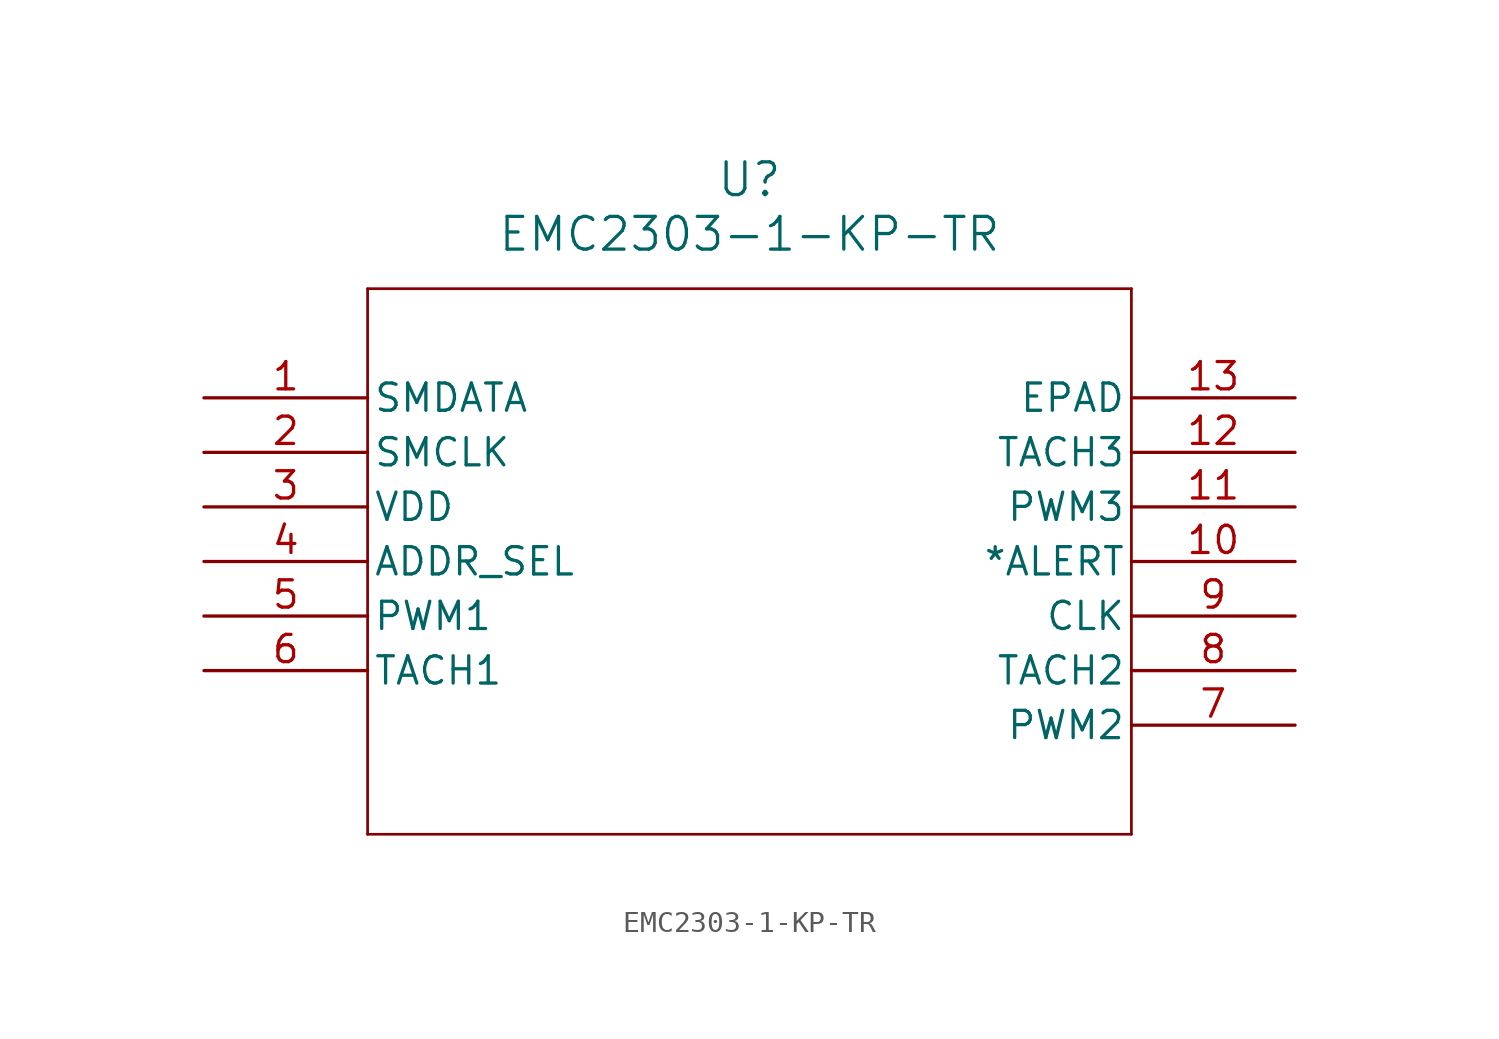
<source format=kicad_sym>
(kicad_symbol_lib
  (version 20211014)
  (generator kicad_symbol_editor)
  (symbol "EMC2303-1-KP-TR"
    (pin_names
      (offset 0.254))
    (property "Reference" "U"
      (at 25.4 10.16 0)
      (effects (font (size 1.524 1.524))))
    (property "Value" "EMC2303-1-KP-TR"
      (at 25.4 7.62 0)
      (effects (font (size 1.524 1.524))))
    (symbol "EMC2303-1-KP-TR_0_1"
      (polyline (pts (xy 7.62 5.08) (xy 7.62 -20.32)) (stroke (width 0.127) (type default) (color 0 0 0 0)) (fill (type none)))
      (polyline (pts (xy 7.62 -20.32) (xy 43.18 -20.32)) (stroke (width 0.127) (type default) (color 0 0 0 0)) (fill (type none)))
      (polyline (pts (xy 43.18 -20.32) (xy 43.18 5.08)) (stroke (width 0.127) (type default) (color 0 0 0 0)) (fill (type none)))
      (polyline (pts (xy 43.18 5.08) (xy 7.62 5.08)) (stroke (width 0.127) (type default) (color 0 0 0 0)) (fill (type none)))
      (pin bidirectional line (at 0 0 0) (length 7.62) (name "SMDATA" (effects (font (size 1.27 1.27)))) (number "1" (effects (font (size 1.27 1.27)))))
      (pin input line (at 0 -2.54 0) (length 7.62) (name "SMCLK" (effects (font (size 1.27 1.27)))) (number "2" (effects (font (size 1.27 1.27)))))
      (pin power_in line (at 0 -5.08 0) (length 7.62) (name "VDD" (effects (font (size 1.27 1.27)))) (number "3" (effects (font (size 1.27 1.27)))))
      (pin bidirectional line (at 0 -7.62 0) (length 7.62) (name "ADDR_SEL" (effects (font (size 1.27 1.27)))) (number "4" (effects (font (size 1.27 1.27)))))
      (pin output line (at 0 -10.16 0) (length 7.62) (name "PWM1" (effects (font (size 1.27 1.27)))) (number "5" (effects (font (size 1.27 1.27)))))
      (pin input line (at 0 -12.7 0) (length 7.62) (name "TACH1" (effects (font (size 1.27 1.27)))) (number "6" (effects (font (size 1.27 1.27)))))
      (pin output line (at 50.8 -15.24 180) (length 7.62) (name "PWM2" (effects (font (size 1.27 1.27)))) (number "7" (effects (font (size 1.27 1.27)))))
      (pin input line (at 50.8 -12.7 180) (length 7.62) (name "TACH2" (effects (font (size 1.27 1.27)))) (number "8" (effects (font (size 1.27 1.27)))))
      (pin bidirectional line (at 50.8 -10.16 180) (length 7.62) (name "CLK" (effects (font (size 1.27 1.27)))) (number "9" (effects (font (size 1.27 1.27)))))
      (pin output line (at 50.8 -7.62 180) (length 7.62) (name "*ALERT" (effects (font (size 1.27 1.27)))) (number "10" (effects (font (size 1.27 1.27)))))
      (pin output line (at 50.8 -5.08 180) (length 7.62) (name "PWM3" (effects (font (size 1.27 1.27)))) (number "11" (effects (font (size 1.27 1.27)))))
      (pin input line (at 50.8 -2.54 180) (length 7.62) (name "TACH3" (effects (font (size 1.27 1.27)))) (number "12" (effects (font (size 1.27 1.27)))))
      (pin unspecified line (at 50.8 0 180) (length 7.62) (name "EPAD" (effects (font (size 1.27 1.27)))) (number "13" (effects (font (size 1.27 1.27))))))))
</source>
